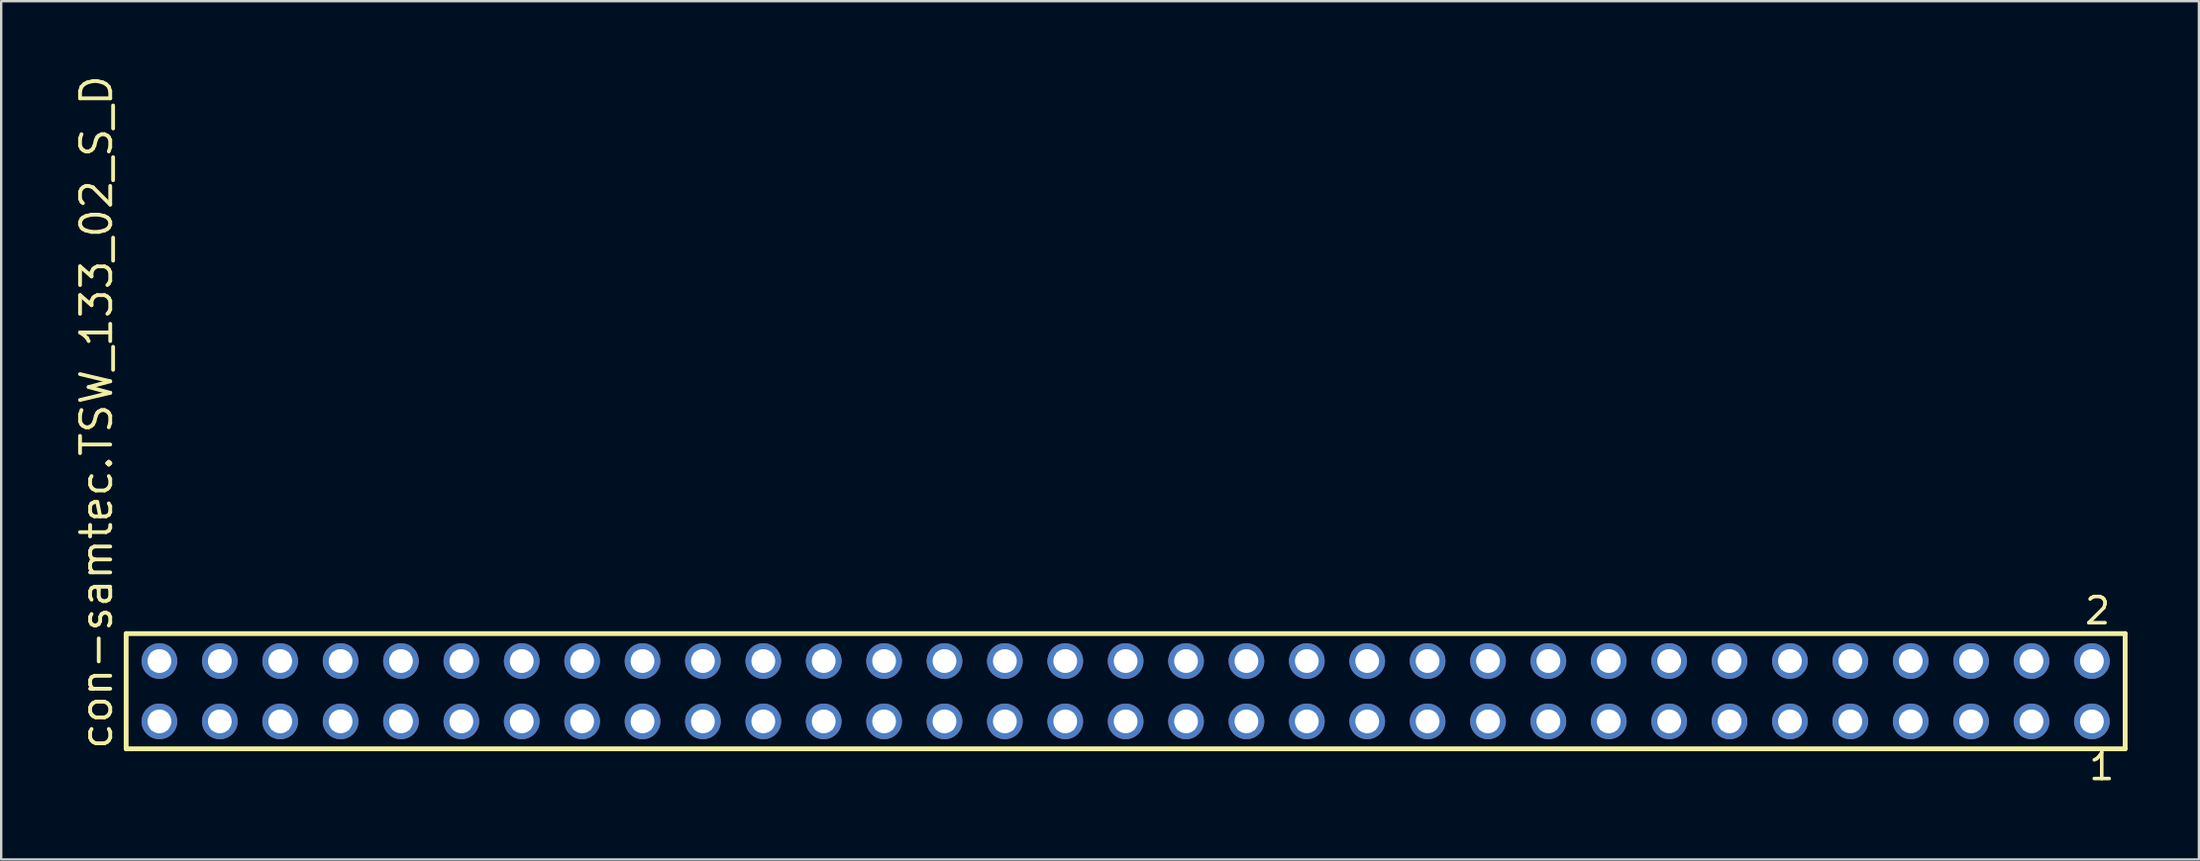
<source format=kicad_pcb>
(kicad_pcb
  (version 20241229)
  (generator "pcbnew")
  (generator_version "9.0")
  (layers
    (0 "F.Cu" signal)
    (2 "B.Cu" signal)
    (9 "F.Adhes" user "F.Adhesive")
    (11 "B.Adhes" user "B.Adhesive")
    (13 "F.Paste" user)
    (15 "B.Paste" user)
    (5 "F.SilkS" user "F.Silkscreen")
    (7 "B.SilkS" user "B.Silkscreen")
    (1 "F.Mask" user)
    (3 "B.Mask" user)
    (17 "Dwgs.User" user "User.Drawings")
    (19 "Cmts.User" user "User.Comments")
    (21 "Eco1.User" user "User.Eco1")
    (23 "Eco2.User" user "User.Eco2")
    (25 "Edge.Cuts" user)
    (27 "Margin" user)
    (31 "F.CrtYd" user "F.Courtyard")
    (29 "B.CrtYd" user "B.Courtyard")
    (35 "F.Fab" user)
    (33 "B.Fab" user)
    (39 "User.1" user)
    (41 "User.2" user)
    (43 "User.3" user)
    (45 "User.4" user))
  (footprint "con-samtec.TSW_133_02_S_D"
    (layer "F.Cu")
    (at 44.295 26.049)
    (property "Reference" "con-samtec.TSW_133_02_S_D" (at -42.545 2.54 90) (layer "F.SilkS") (effects (font (size 1.27 1.27) (thickness 0.16)) (justify left bottom)))
    (attr through_hole)
    (fp_line (start -42.039 -2.425) (end 42.039 -2.425) (stroke (width 0.203) (type default)) (layer "F.SilkS"))
    (fp_line (start -42.039 2.425) (end -42.039 -2.425) (stroke (width 0.203) (type default)) (layer "F.SilkS"))
    (fp_line (start 42.039 -2.425) (end 42.039 2.425) (stroke (width 0.203) (type default)) (layer "F.SilkS"))
    (fp_line (start 42.039 2.425) (end -42.039 2.425) (stroke (width 0.203) (type default)) (layer "F.SilkS"))
    (fp_rect (start -40.99 -0.92) (end -40.29 -1.62) (stroke (width 0.05) (type default)) (fill no) (layer "F.Fab"))
    (fp_rect (start -40.99 1.62) (end -40.29 0.92) (stroke (width 0.05) (type default)) (fill no) (layer "F.Fab"))
    (fp_rect (start -38.45 -0.92) (end -37.75 -1.62) (stroke (width 0.05) (type default)) (fill no) (layer "F.Fab"))
    (fp_rect (start -38.45 1.62) (end -37.75 0.92) (stroke (width 0.05) (type default)) (fill no) (layer "F.Fab"))
    (fp_rect (start -35.91 -0.92) (end -35.21 -1.62) (stroke (width 0.05) (type default)) (fill no) (layer "F.Fab"))
    (fp_rect (start -35.91 1.62) (end -35.21 0.92) (stroke (width 0.05) (type default)) (fill no) (layer "F.Fab"))
    (fp_rect (start -33.37 -0.92) (end -32.67 -1.62) (stroke (width 0.05) (type default)) (fill no) (layer "F.Fab"))
    (fp_rect (start -33.37 1.62) (end -32.67 0.92) (stroke (width 0.05) (type default)) (fill no) (layer "F.Fab"))
    (fp_rect (start -30.83 -0.92) (end -30.13 -1.62) (stroke (width 0.05) (type default)) (fill no) (layer "F.Fab"))
    (fp_rect (start -30.83 1.62) (end -30.13 0.92) (stroke (width 0.05) (type default)) (fill no) (layer "F.Fab"))
    (fp_rect (start -28.29 -0.92) (end -27.59 -1.62) (stroke (width 0.05) (type default)) (fill no) (layer "F.Fab"))
    (fp_rect (start -28.29 1.62) (end -27.59 0.92) (stroke (width 0.05) (type default)) (fill no) (layer "F.Fab"))
    (fp_rect (start -25.75 -0.92) (end -25.05 -1.62) (stroke (width 0.05) (type default)) (fill no) (layer "F.Fab"))
    (fp_rect (start -25.75 1.62) (end -25.05 0.92) (stroke (width 0.05) (type default)) (fill no) (layer "F.Fab"))
    (fp_rect (start -23.21 -0.92) (end -22.51 -1.62) (stroke (width 0.05) (type default)) (fill no) (layer "F.Fab"))
    (fp_rect (start -23.21 1.62) (end -22.51 0.92) (stroke (width 0.05) (type default)) (fill no) (layer "F.Fab"))
    (fp_rect (start -20.67 -0.92) (end -19.97 -1.62) (stroke (width 0.05) (type default)) (fill no) (layer "F.Fab"))
    (fp_rect (start -20.67 1.62) (end -19.97 0.92) (stroke (width 0.05) (type default)) (fill no) (layer "F.Fab"))
    (fp_rect (start -18.13 -0.92) (end -17.43 -1.62) (stroke (width 0.05) (type default)) (fill no) (layer "F.Fab"))
    (fp_rect (start -18.13 1.62) (end -17.43 0.92) (stroke (width 0.05) (type default)) (fill no) (layer "F.Fab"))
    (fp_rect (start -15.59 -0.92) (end -14.89 -1.62) (stroke (width 0.05) (type default)) (fill no) (layer "F.Fab"))
    (fp_rect (start -15.59 1.62) (end -14.89 0.92) (stroke (width 0.05) (type default)) (fill no) (layer "F.Fab"))
    (fp_rect (start -13.05 -0.92) (end -12.35 -1.62) (stroke (width 0.05) (type default)) (fill no) (layer "F.Fab"))
    (fp_rect (start -13.05 1.62) (end -12.35 0.92) (stroke (width 0.05) (type default)) (fill no) (layer "F.Fab"))
    (fp_rect (start -10.51 -0.92) (end -9.81 -1.62) (stroke (width 0.05) (type default)) (fill no) (layer "F.Fab"))
    (fp_rect (start -10.51 1.62) (end -9.81 0.92) (stroke (width 0.05) (type default)) (fill no) (layer "F.Fab"))
    (fp_rect (start -7.97 -0.92) (end -7.27 -1.62) (stroke (width 0.05) (type default)) (fill no) (layer "F.Fab"))
    (fp_rect (start -7.97 1.62) (end -7.27 0.92) (stroke (width 0.05) (type default)) (fill no) (layer "F.Fab"))
    (fp_rect (start -5.43 -0.92) (end -4.73 -1.62) (stroke (width 0.05) (type default)) (fill no) (layer "F.Fab"))
    (fp_rect (start -5.43 1.62) (end -4.73 0.92) (stroke (width 0.05) (type default)) (fill no) (layer "F.Fab"))
    (fp_rect (start -2.89 -0.92) (end -2.19 -1.62) (stroke (width 0.05) (type default)) (fill no) (layer "F.Fab"))
    (fp_rect (start -2.89 1.62) (end -2.19 0.92) (stroke (width 0.05) (type default)) (fill no) (layer "F.Fab"))
    (fp_rect (start -0.35 -0.92) (end 0.35 -1.62) (stroke (width 0.05) (type default)) (fill no) (layer "F.Fab"))
    (fp_rect (start -0.35 1.62) (end 0.35 0.92) (stroke (width 0.05) (type default)) (fill no) (layer "F.Fab"))
    (fp_rect (start 2.19 -0.92) (end 2.89 -1.62) (stroke (width 0.05) (type default)) (fill no) (layer "F.Fab"))
    (fp_rect (start 2.19 1.62) (end 2.89 0.92) (stroke (width 0.05) (type default)) (fill no) (layer "F.Fab"))
    (fp_rect (start 4.73 -0.92) (end 5.43 -1.62) (stroke (width 0.05) (type default)) (fill no) (layer "F.Fab"))
    (fp_rect (start 4.73 1.62) (end 5.43 0.92) (stroke (width 0.05) (type default)) (fill no) (layer "F.Fab"))
    (fp_rect (start 7.27 -0.92) (end 7.97 -1.62) (stroke (width 0.05) (type default)) (fill no) (layer "F.Fab"))
    (fp_rect (start 7.27 1.62) (end 7.97 0.92) (stroke (width 0.05) (type default)) (fill no) (layer "F.Fab"))
    (fp_rect (start 9.81 -0.92) (end 10.51 -1.62) (stroke (width 0.05) (type default)) (fill no) (layer "F.Fab"))
    (fp_rect (start 9.81 1.62) (end 10.51 0.92) (stroke (width 0.05) (type default)) (fill no) (layer "F.Fab"))
    (fp_rect (start 12.35 -0.92) (end 13.05 -1.62) (stroke (width 0.05) (type default)) (fill no) (layer "F.Fab"))
    (fp_rect (start 12.35 1.62) (end 13.05 0.92) (stroke (width 0.05) (type default)) (fill no) (layer "F.Fab"))
    (fp_rect (start 14.89 -0.92) (end 15.59 -1.62) (stroke (width 0.05) (type default)) (fill no) (layer "F.Fab"))
    (fp_rect (start 14.89 1.62) (end 15.59 0.92) (stroke (width 0.05) (type default)) (fill no) (layer "F.Fab"))
    (fp_rect (start 17.43 -0.92) (end 18.13 -1.62) (stroke (width 0.05) (type default)) (fill no) (layer "F.Fab"))
    (fp_rect (start 17.43 1.62) (end 18.13 0.92) (stroke (width 0.05) (type default)) (fill no) (layer "F.Fab"))
    (fp_rect (start 19.97 -0.92) (end 20.67 -1.62) (stroke (width 0.05) (type default)) (fill no) (layer "F.Fab"))
    (fp_rect (start 19.97 1.62) (end 20.67 0.92) (stroke (width 0.05) (type default)) (fill no) (layer "F.Fab"))
    (fp_rect (start 22.51 -0.92) (end 23.21 -1.62) (stroke (width 0.05) (type default)) (fill no) (layer "F.Fab"))
    (fp_rect (start 22.51 1.62) (end 23.21 0.92) (stroke (width 0.05) (type default)) (fill no) (layer "F.Fab"))
    (fp_rect (start 25.05 -0.92) (end 25.75 -1.62) (stroke (width 0.05) (type default)) (fill no) (layer "F.Fab"))
    (fp_rect (start 25.05 1.62) (end 25.75 0.92) (stroke (width 0.05) (type default)) (fill no) (layer "F.Fab"))
    (fp_rect (start 27.59 -0.92) (end 28.29 -1.62) (stroke (width 0.05) (type default)) (fill no) (layer "F.Fab"))
    (fp_rect (start 27.59 1.62) (end 28.29 0.92) (stroke (width 0.05) (type default)) (fill no) (layer "F.Fab"))
    (fp_rect (start 30.13 -0.92) (end 30.83 -1.62) (stroke (width 0.05) (type default)) (fill no) (layer "F.Fab"))
    (fp_rect (start 30.13 1.62) (end 30.83 0.92) (stroke (width 0.05) (type default)) (fill no) (layer "F.Fab"))
    (fp_rect (start 32.67 -0.92) (end 33.37 -1.62) (stroke (width 0.05) (type default)) (fill no) (layer "F.Fab"))
    (fp_rect (start 32.67 1.62) (end 33.37 0.92) (stroke (width 0.05) (type default)) (fill no) (layer "F.Fab"))
    (fp_rect (start 35.21 -0.92) (end 35.91 -1.62) (stroke (width 0.05) (type default)) (fill no) (layer "F.Fab"))
    (fp_rect (start 35.21 1.62) (end 35.91 0.92) (stroke (width 0.05) (type default)) (fill no) (layer "F.Fab"))
    (fp_rect (start 37.75 -0.92) (end 38.45 -1.62) (stroke (width 0.05) (type default)) (fill no) (layer "F.Fab"))
    (fp_rect (start 37.75 1.62) (end 38.45 0.92) (stroke (width 0.05) (type default)) (fill no) (layer "F.Fab"))
    (fp_rect (start 40.29 -0.92) (end 40.99 -1.62) (stroke (width 0.05) (type default)) (fill no) (layer "F.Fab"))
    (fp_rect (start 40.29 1.62) (end 40.99 0.92) (stroke (width 0.05) (type default)) (fill no) (layer "F.Fab"))
    (fp_text user "1" (at 40.432 3.818 0) (layer "F.SilkS") (effects (font (size 1.1 1.1) (thickness 0.15)) (justify left bottom)))
    (fp_text user "2" (at 40.257 -2.744 0) (layer "F.SilkS") (effects (font (size 1.1 1.1) (thickness 0.15)) (justify left bottom)))
    (pad "1" thru_hole circle (at 40.64 1.27 180) (size 1.5 1.5) (drill 1) (layers "*.Cu" "*.Mask"))
    (pad "2" thru_hole circle (at 40.64 -1.27 180) (size 1.5 1.5) (drill 1) (layers "*.Cu" "*.Mask"))
    (pad "3" thru_hole circle (at 38.1 1.27 180) (size 1.5 1.5) (drill 1) (layers "*.Cu" "*.Mask"))
    (pad "4" thru_hole circle (at 38.1 -1.27 180) (size 1.5 1.5) (drill 1) (layers "*.Cu" "*.Mask"))
    (pad "5" thru_hole circle (at 35.56 1.27 180) (size 1.5 1.5) (drill 1) (layers "*.Cu" "*.Mask"))
    (pad "6" thru_hole circle (at 35.56 -1.27 180) (size 1.5 1.5) (drill 1) (layers "*.Cu" "*.Mask"))
    (pad "7" thru_hole circle (at 33.02 1.27 180) (size 1.5 1.5) (drill 1) (layers "*.Cu" "*.Mask"))
    (pad "8" thru_hole circle (at 33.02 -1.27 180) (size 1.5 1.5) (drill 1) (layers "*.Cu" "*.Mask"))
    (pad "9" thru_hole circle (at 30.48 1.27 180) (size 1.5 1.5) (drill 1) (layers "*.Cu" "*.Mask"))
    (pad "10" thru_hole circle (at 30.48 -1.27 180) (size 1.5 1.5) (drill 1) (layers "*.Cu" "*.Mask"))
    (pad "11" thru_hole circle (at 27.94 1.27 180) (size 1.5 1.5) (drill 1) (layers "*.Cu" "*.Mask"))
    (pad "12" thru_hole circle (at 27.94 -1.27 180) (size 1.5 1.5) (drill 1) (layers "*.Cu" "*.Mask"))
    (pad "13" thru_hole circle (at 25.4 1.27 180) (size 1.5 1.5) (drill 1) (layers "*.Cu" "*.Mask"))
    (pad "14" thru_hole circle (at 25.4 -1.27 180) (size 1.5 1.5) (drill 1) (layers "*.Cu" "*.Mask"))
    (pad "15" thru_hole circle (at 22.86 1.27 180) (size 1.5 1.5) (drill 1) (layers "*.Cu" "*.Mask"))
    (pad "16" thru_hole circle (at 22.86 -1.27 180) (size 1.5 1.5) (drill 1) (layers "*.Cu" "*.Mask"))
    (pad "17" thru_hole circle (at 20.32 1.27 180) (size 1.5 1.5) (drill 1) (layers "*.Cu" "*.Mask"))
    (pad "18" thru_hole circle (at 20.32 -1.27 180) (size 1.5 1.5) (drill 1) (layers "*.Cu" "*.Mask"))
    (pad "19" thru_hole circle (at 17.78 1.27 180) (size 1.5 1.5) (drill 1) (layers "*.Cu" "*.Mask"))
    (pad "20" thru_hole circle (at 17.78 -1.27 180) (size 1.5 1.5) (drill 1) (layers "*.Cu" "*.Mask"))
    (pad "21" thru_hole circle (at 15.24 1.27 180) (size 1.5 1.5) (drill 1) (layers "*.Cu" "*.Mask"))
    (pad "22" thru_hole circle (at 15.24 -1.27 180) (size 1.5 1.5) (drill 1) (layers "*.Cu" "*.Mask"))
    (pad "23" thru_hole circle (at 12.7 1.27 180) (size 1.5 1.5) (drill 1) (layers "*.Cu" "*.Mask"))
    (pad "24" thru_hole circle (at 12.7 -1.27 180) (size 1.5 1.5) (drill 1) (layers "*.Cu" "*.Mask"))
    (pad "25" thru_hole circle (at 10.16 1.27 180) (size 1.5 1.5) (drill 1) (layers "*.Cu" "*.Mask"))
    (pad "26" thru_hole circle (at 10.16 -1.27 180) (size 1.5 1.5) (drill 1) (layers "*.Cu" "*.Mask"))
    (pad "27" thru_hole circle (at 7.62 1.27 180) (size 1.5 1.5) (drill 1) (layers "*.Cu" "*.Mask"))
    (pad "28" thru_hole circle (at 7.62 -1.27 180) (size 1.5 1.5) (drill 1) (layers "*.Cu" "*.Mask"))
    (pad "29" thru_hole circle (at 5.08 1.27 180) (size 1.5 1.5) (drill 1) (layers "*.Cu" "*.Mask"))
    (pad "30" thru_hole circle (at 5.08 -1.27 180) (size 1.5 1.5) (drill 1) (layers "*.Cu" "*.Mask"))
    (pad "31" thru_hole circle (at 2.54 1.27 180) (size 1.5 1.5) (drill 1) (layers "*.Cu" "*.Mask"))
    (pad "32" thru_hole circle (at 2.54 -1.27 180) (size 1.5 1.5) (drill 1) (layers "*.Cu" "*.Mask"))
    (pad "33" thru_hole circle (at 0 1.27 180) (size 1.5 1.5) (drill 1) (layers "*.Cu" "*.Mask"))
    (pad "34" thru_hole circle (at 0 -1.27 180) (size 1.5 1.5) (drill 1) (layers "*.Cu" "*.Mask"))
    (pad "35" thru_hole circle (at -2.54 1.27 180) (size 1.5 1.5) (drill 1) (layers "*.Cu" "*.Mask"))
    (pad "36" thru_hole circle (at -2.54 -1.27 180) (size 1.5 1.5) (drill 1) (layers "*.Cu" "*.Mask"))
    (pad "37" thru_hole circle (at -5.08 1.27 180) (size 1.5 1.5) (drill 1) (layers "*.Cu" "*.Mask"))
    (pad "38" thru_hole circle (at -5.08 -1.27 180) (size 1.5 1.5) (drill 1) (layers "*.Cu" "*.Mask"))
    (pad "39" thru_hole circle (at -7.62 1.27 180) (size 1.5 1.5) (drill 1) (layers "*.Cu" "*.Mask"))
    (pad "40" thru_hole circle (at -7.62 -1.27 180) (size 1.5 1.5) (drill 1) (layers "*.Cu" "*.Mask"))
    (pad "41" thru_hole circle (at -10.16 1.27 180) (size 1.5 1.5) (drill 1) (layers "*.Cu" "*.Mask"))
    (pad "42" thru_hole circle (at -10.16 -1.27 180) (size 1.5 1.5) (drill 1) (layers "*.Cu" "*.Mask"))
    (pad "43" thru_hole circle (at -12.7 1.27 180) (size 1.5 1.5) (drill 1) (layers "*.Cu" "*.Mask"))
    (pad "44" thru_hole circle (at -12.7 -1.27 180) (size 1.5 1.5) (drill 1) (layers "*.Cu" "*.Mask"))
    (pad "45" thru_hole circle (at -15.24 1.27 180) (size 1.5 1.5) (drill 1) (layers "*.Cu" "*.Mask"))
    (pad "46" thru_hole circle (at -15.24 -1.27 180) (size 1.5 1.5) (drill 1) (layers "*.Cu" "*.Mask"))
    (pad "47" thru_hole circle (at -17.78 1.27 180) (size 1.5 1.5) (drill 1) (layers "*.Cu" "*.Mask"))
    (pad "48" thru_hole circle (at -17.78 -1.27 180) (size 1.5 1.5) (drill 1) (layers "*.Cu" "*.Mask"))
    (pad "49" thru_hole circle (at -20.32 1.27 180) (size 1.5 1.5) (drill 1) (layers "*.Cu" "*.Mask"))
    (pad "50" thru_hole circle (at -20.32 -1.27 180) (size 1.5 1.5) (drill 1) (layers "*.Cu" "*.Mask"))
    (pad "51" thru_hole circle (at -22.86 1.27 180) (size 1.5 1.5) (drill 1) (layers "*.Cu" "*.Mask"))
    (pad "52" thru_hole circle (at -22.86 -1.27 180) (size 1.5 1.5) (drill 1) (layers "*.Cu" "*.Mask"))
    (pad "53" thru_hole circle (at -25.4 1.27 180) (size 1.5 1.5) (drill 1) (layers "*.Cu" "*.Mask"))
    (pad "54" thru_hole circle (at -25.4 -1.27 180) (size 1.5 1.5) (drill 1) (layers "*.Cu" "*.Mask"))
    (pad "55" thru_hole circle (at -27.94 1.27 180) (size 1.5 1.5) (drill 1) (layers "*.Cu" "*.Mask"))
    (pad "56" thru_hole circle (at -27.94 -1.27 180) (size 1.5 1.5) (drill 1) (layers "*.Cu" "*.Mask"))
    (pad "57" thru_hole circle (at -30.48 1.27 180) (size 1.5 1.5) (drill 1) (layers "*.Cu" "*.Mask"))
    (pad "58" thru_hole circle (at -30.48 -1.27 180) (size 1.5 1.5) (drill 1) (layers "*.Cu" "*.Mask"))
    (pad "59" thru_hole circle (at -33.02 1.27 180) (size 1.5 1.5) (drill 1) (layers "*.Cu" "*.Mask"))
    (pad "60" thru_hole circle (at -33.02 -1.27 180) (size 1.5 1.5) (drill 1) (layers "*.Cu" "*.Mask"))
    (pad "61" thru_hole circle (at -35.56 1.27 180) (size 1.5 1.5) (drill 1) (layers "*.Cu" "*.Mask"))
    (pad "62" thru_hole circle (at -35.56 -1.27 180) (size 1.5 1.5) (drill 1) (layers "*.Cu" "*.Mask"))
    (pad "63" thru_hole circle (at -38.1 1.27 180) (size 1.5 1.5) (drill 1) (layers "*.Cu" "*.Mask"))
    (pad "64" thru_hole circle (at -38.1 -1.27 180) (size 1.5 1.5) (drill 1) (layers "*.Cu" "*.Mask"))
    (pad "65" thru_hole circle (at -40.64 1.27 180) (size 1.5 1.5) (drill 1) (layers "*.Cu" "*.Mask"))
    (pad "66" thru_hole circle (at -40.64 -1.27 180) (size 1.5 1.5) (drill 1) (layers "*.Cu" "*.Mask")))
  (gr_rect
    (start -3 -3)
    (end 89.436 33.131)
    (stroke (width 0.1) (type default))
    (fill no)
    (layer "Edge.Cuts")))
</source>
